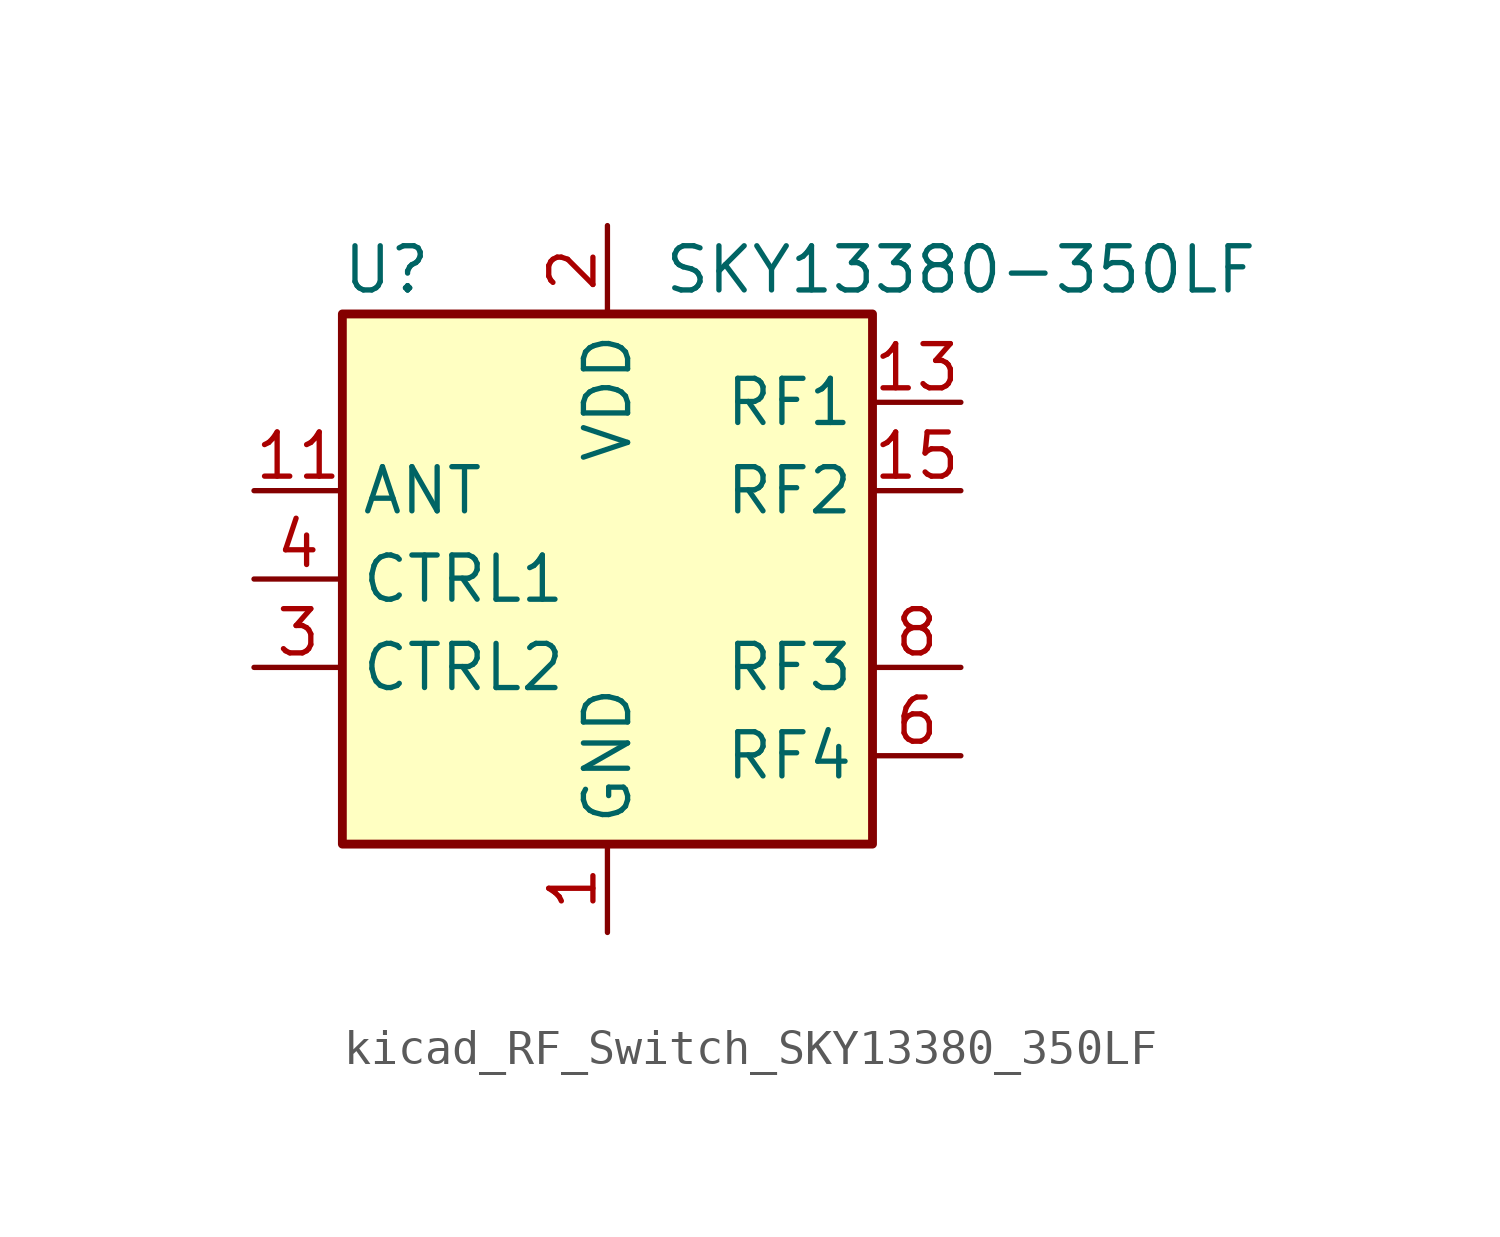
<source format=kicad_sym>
(kicad_symbol_lib
  (version 20220914)
  (generator kicad_symbol_editor)
  (symbol "kicad_RF_Switch_SKY13380_350LF"
    (property "Reference" "U"
      (at -6.35 8.89 0)
      (effects (font (size 1.27 1.27))))
    (property "Value" "SKY13380-350LF"
      (at 10.16 8.89 0)
      (effects (font (size 1.27 1.27))))
    (symbol "kicad_RF_Switch_SKY13380_350LF_0_1"
      (rectangle (start -7.62 7.62) (end 7.62 -7.62) (stroke (width 0.254) (type default)) (fill (type background))))
    (symbol "kicad_RF_Switch_SKY13380_350LF_1_1"
      (pin power_in line (at 0 -10.16 90) (length 2.54) (name "GND" (effects (font (size 1.27 1.27)))) (number "1" (effects (font (size 1.27 1.27)))))
      (pin passive line (at 0 -10.16 90) (length 2.54) hide (name "GND" (effects (font (size 1.27 1.27)))) (number "10" (effects (font (size 1.27 1.27)))))
      (pin passive line (at -10.16 2.54 0) (length 2.54) (name "ANT" (effects (font (size 1.27 1.27)))) (number "11" (effects (font (size 1.27 1.27)))))
      (pin passive line (at 0 -10.16 90) (length 2.54) hide (name "GND" (effects (font (size 1.27 1.27)))) (number "12" (effects (font (size 1.27 1.27)))))
      (pin passive line (at 10.16 5.08 180) (length 2.54) (name "RF1" (effects (font (size 1.27 1.27)))) (number "13" (effects (font (size 1.27 1.27)))))
      (pin passive line (at 0 -10.16 90) (length 2.54) hide (name "GND" (effects (font (size 1.27 1.27)))) (number "14" (effects (font (size 1.27 1.27)))))
      (pin passive line (at 10.16 2.54 180) (length 2.54) (name "RF2" (effects (font (size 1.27 1.27)))) (number "15" (effects (font (size 1.27 1.27)))))
      (pin no_connect line (at 7.62 0 180) (length 2.54) hide (name "NC" (effects (font (size 1.27 1.27)))) (number "16" (effects (font (size 1.27 1.27)))))
      (pin power_in line (at 0 10.16 270) (length 2.54) (name "VDD" (effects (font (size 1.27 1.27)))) (number "2" (effects (font (size 1.27 1.27)))))
      (pin input line (at -10.16 -2.54 0) (length 2.54) (name "CTRL2" (effects (font (size 1.27 1.27)))) (number "3" (effects (font (size 1.27 1.27)))))
      (pin input line (at -10.16 0 0) (length 2.54) (name "CTRL1" (effects (font (size 1.27 1.27)))) (number "4" (effects (font (size 1.27 1.27)))))
      (pin passive line (at 0 -10.16 90) (length 2.54) hide (name "GND" (effects (font (size 1.27 1.27)))) (number "5" (effects (font (size 1.27 1.27)))))
      (pin passive line (at 10.16 -5.08 180) (length 2.54) (name "RF4" (effects (font (size 1.27 1.27)))) (number "6" (effects (font (size 1.27 1.27)))))
      (pin passive line (at 0 -10.16 90) (length 2.54) hide (name "GND" (effects (font (size 1.27 1.27)))) (number "7" (effects (font (size 1.27 1.27)))))
      (pin passive line (at 10.16 -2.54 180) (length 2.54) (name "RF3" (effects (font (size 1.27 1.27)))) (number "8" (effects (font (size 1.27 1.27)))))
      (pin passive line (at 0 -10.16 90) (length 2.54) hide (name "GND" (effects (font (size 1.27 1.27)))) (number "9" (effects (font (size 1.27 1.27))))))))
</source>
